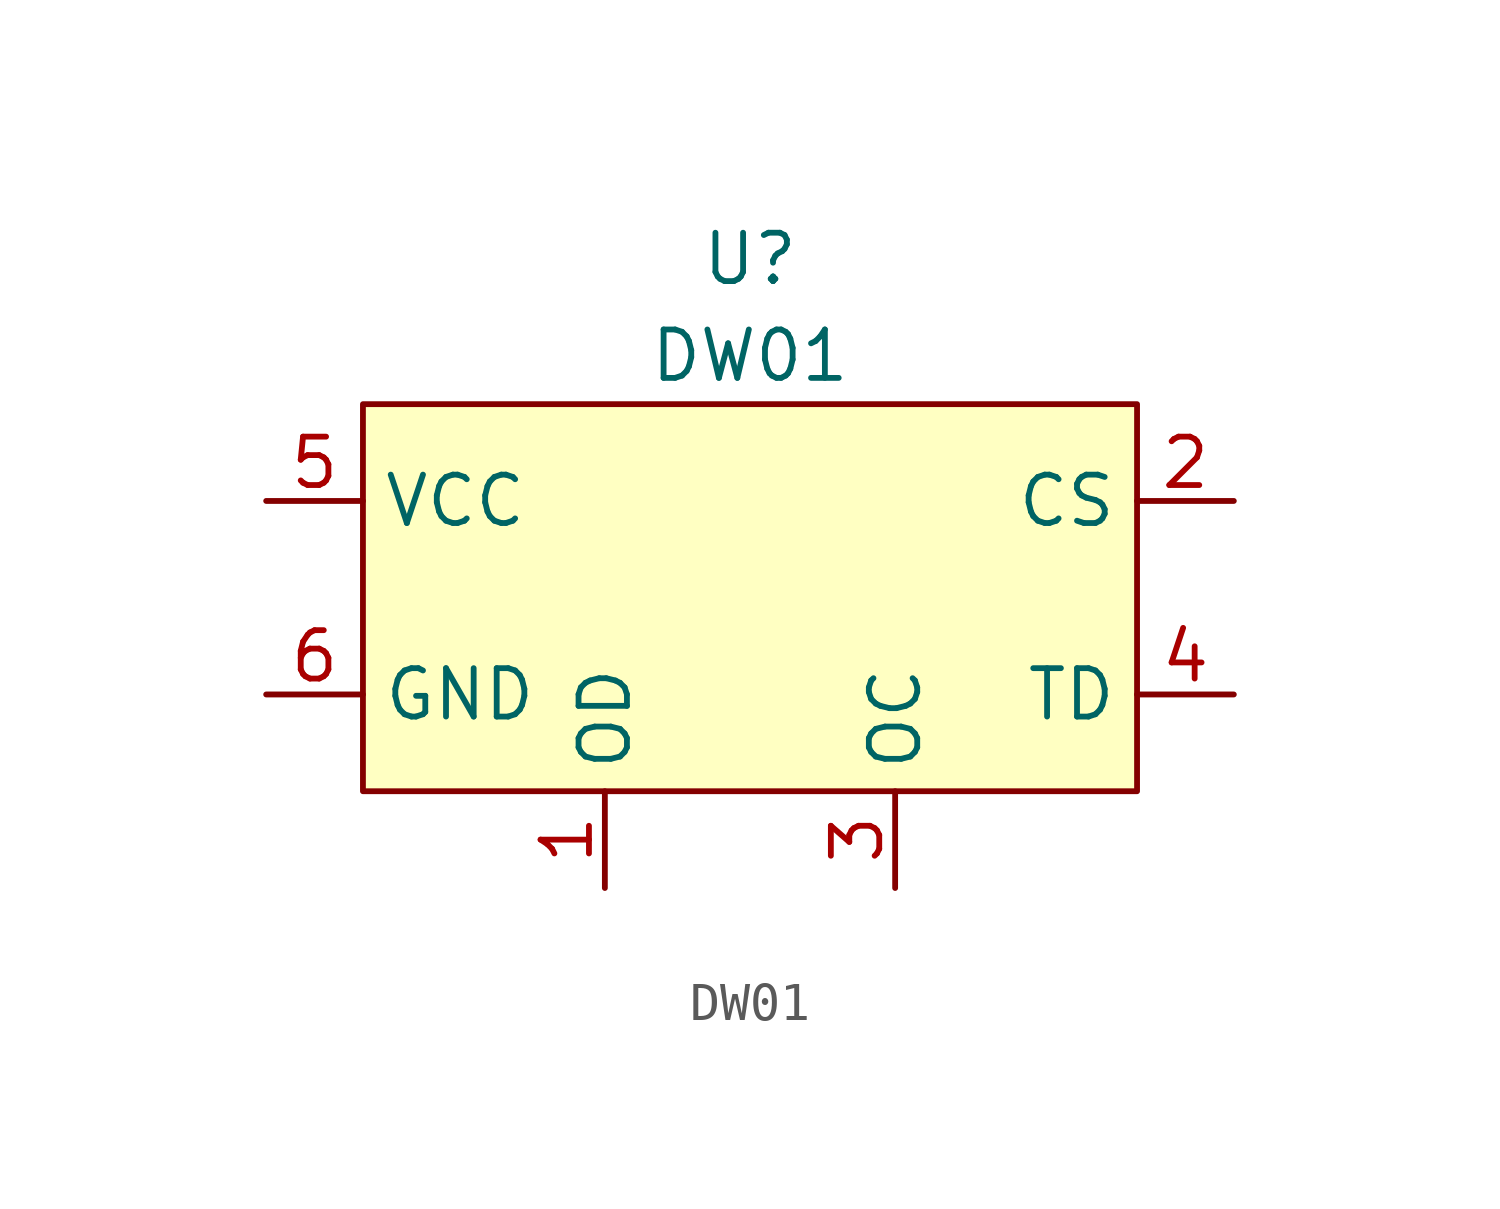
<source format=kicad_sym>
(kicad_symbol_lib
  (version 20220914)
  (generator kicad_symbol_editor)
  (symbol "DW01"
    (property "Reference" "U"
      (at 0 8.89 0)
      (effects (font (size 1.27 1.27))))
    (property "Value" "DW01"
      (at 0 6.35 0)
      (effects (font (size 1.27 1.27))))
    (symbol "DW01_0_0"
      (pin unspecified line (at -3.81 -7.62 90) (length 2.54) (name "OD" (effects (font (size 1.27 1.27)))) (number "1" (effects (font (size 1.27 1.27)))))
      (pin unspecified line (at 12.7 2.54 180) (length 2.54) (name "CS" (effects (font (size 1.27 1.27)))) (number "2" (effects (font (size 1.27 1.27)))))
      (pin unspecified line (at 3.81 -7.62 90) (length 2.54) (name "OC" (effects (font (size 1.27 1.27)))) (number "3" (effects (font (size 1.27 1.27)))))
      (pin unspecified line (at 12.7 -2.54 180) (length 2.54) (name "TD" (effects (font (size 1.27 1.27)))) (number "4" (effects (font (size 1.27 1.27)))))
      (pin unspecified line (at -12.7 2.54 0) (length 2.54) (name "VCC" (effects (font (size 1.27 1.27)))) (number "5" (effects (font (size 1.27 1.27)))))
      (pin unspecified line (at -12.7 -2.54 0) (length 2.54) (name "GND" (effects (font (size 1.27 1.27)))) (number "6" (effects (font (size 1.27 1.27))))))
    (symbol "DW01_0_1"
      (rectangle (start -10.16 5.08) (end 10.16 -5.08) (stroke (width 0) (type default)) (fill (type background))))))
</source>
